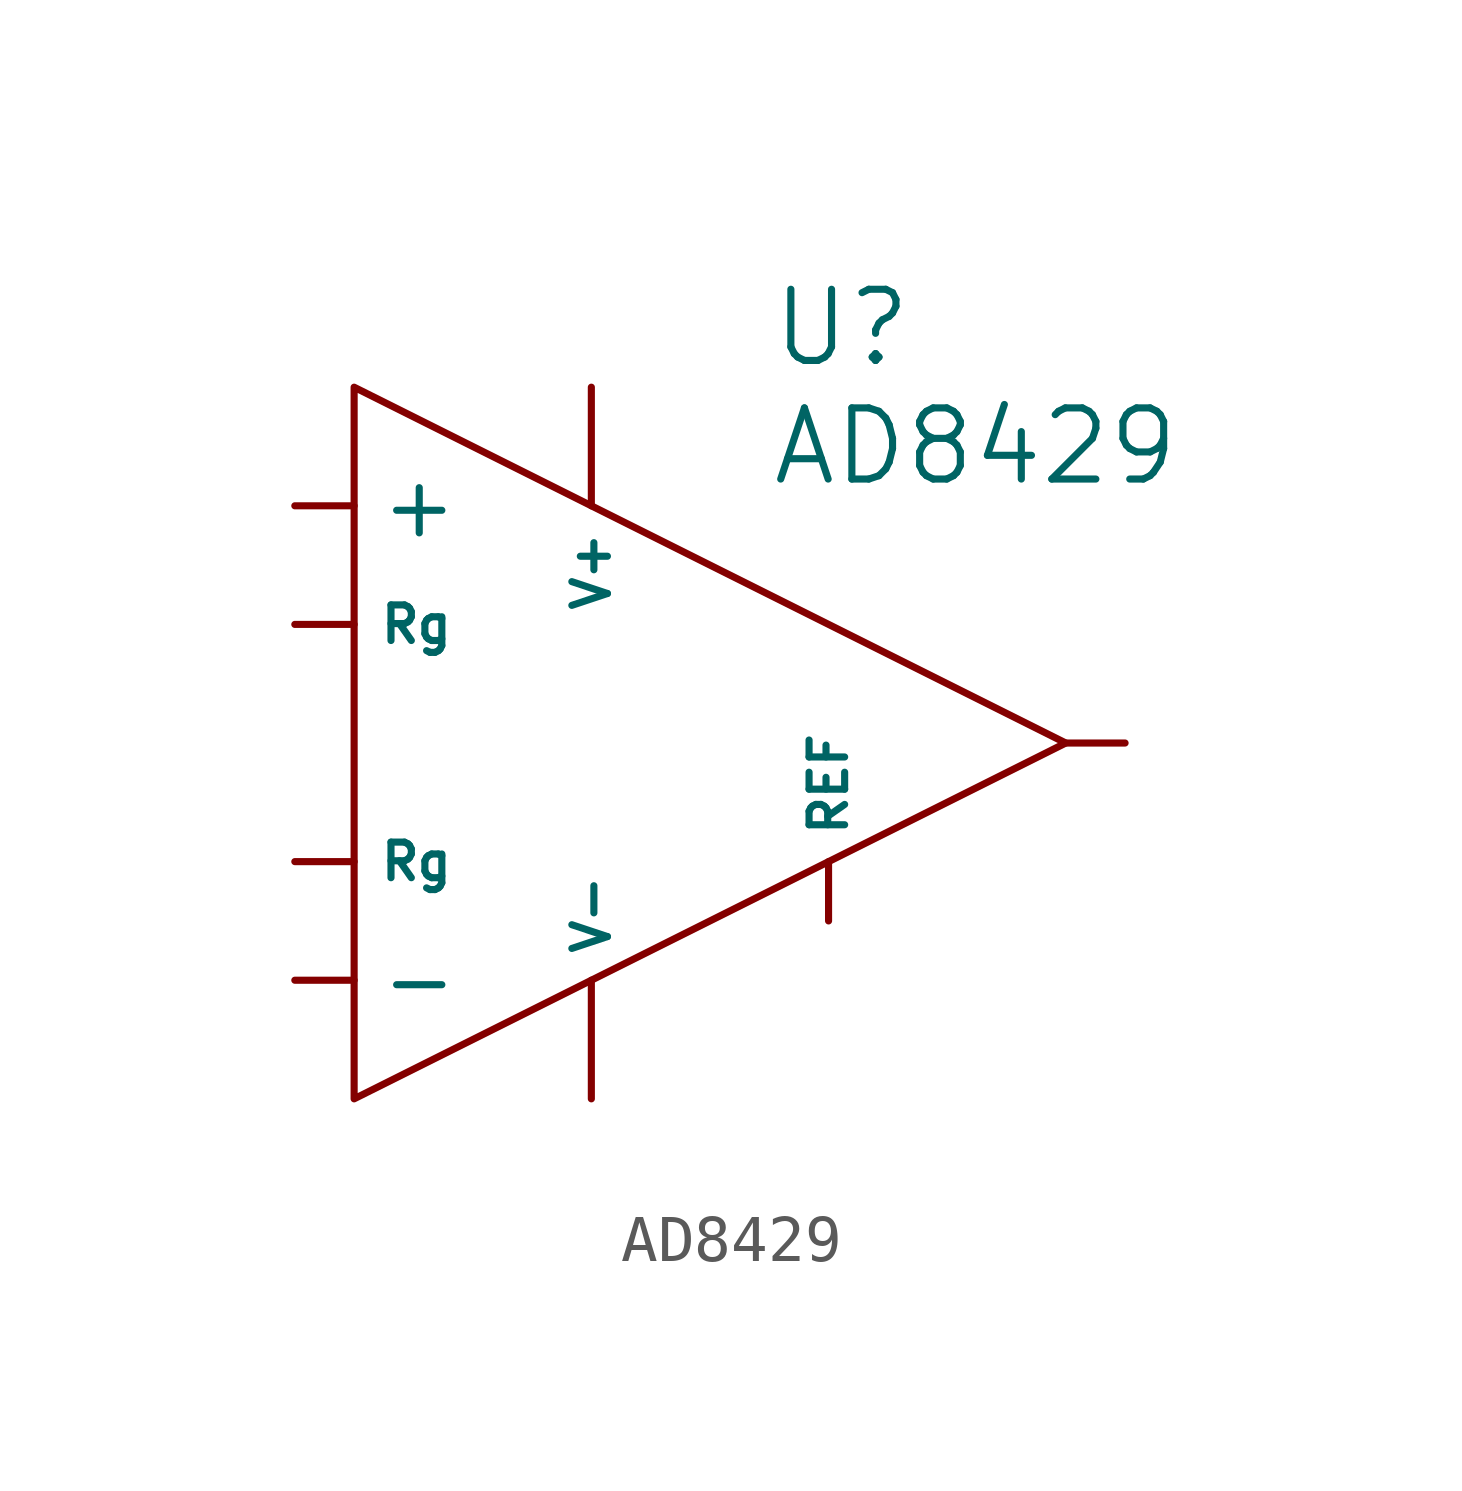
<source format=kicad_sym>
(kicad_symbol_lib
  (version 20211014)
  (generator kicad_symbol_editor)
  (symbol "AD8429"
    (pin_numbers hide)
    (property "Reference" "U"
      (at 10.16 3.81 0)
      (effects (font (size 1.524 1.524)) (justify left)))
    (property "Value" "AD8429"
      (at 10.16 1.27 0)
      (effects (font (size 1.524 1.524)) (justify left)))
    (symbol "AD8429_0_1"
      (polyline (pts (xy 1.27 2.54) (xy 1.27 -12.7) (xy 16.51 -5.08) (xy 1.27 2.54)) (stroke (width 0) (type default) (color 0 0 0 0)) (fill (type none))))
    (symbol "AD8429_1_1"
      (pin passive line (at 0 -10.16 0) (length 1.27) (name "-" (effects (font (size 1.27 1.27)))) (number "1" (effects (font (size 1.27 1.27)))))
      (pin passive line (at 0 -7.62 0) (length 1.27) (name "Rg" (effects (font (size 0.762 0.762)))) (number "2" (effects (font (size 1.27 1.27)))))
      (pin passive line (at 0 -2.54 0) (length 1.27) (name "Rg" (effects (font (size 0.762 0.762)))) (number "3" (effects (font (size 1.27 1.27)))))
      (pin passive line (at 0 0 0) (length 1.27) (name "+" (effects (font (size 1.27 1.27)))) (number "4" (effects (font (size 1.27 1.27)))))
      (pin power_in line (at 6.35 -12.7 90) (length 2.54) (name "V-" (effects (font (size 0.762 0.762)))) (number "5" (effects (font (size 1.27 1.27)))))
      (pin passive line (at 11.43 -8.89 90) (length 1.27) (name "REF" (effects (font (size 0.762 0.762)))) (number "6" (effects (font (size 1.27 1.27)))))
      (pin power_out line (at 17.78 -5.08 180) (length 1.27) (name "~" (effects (font (size 1.27 1.27)))) (number "7" (effects (font (size 1.27 1.27)))))
      (pin power_in line (at 6.35 2.54 270) (length 2.54) (name "V+" (effects (font (size 0.762 0.762)))) (number "8" (effects (font (size 1.27 1.27))))))))
</source>
